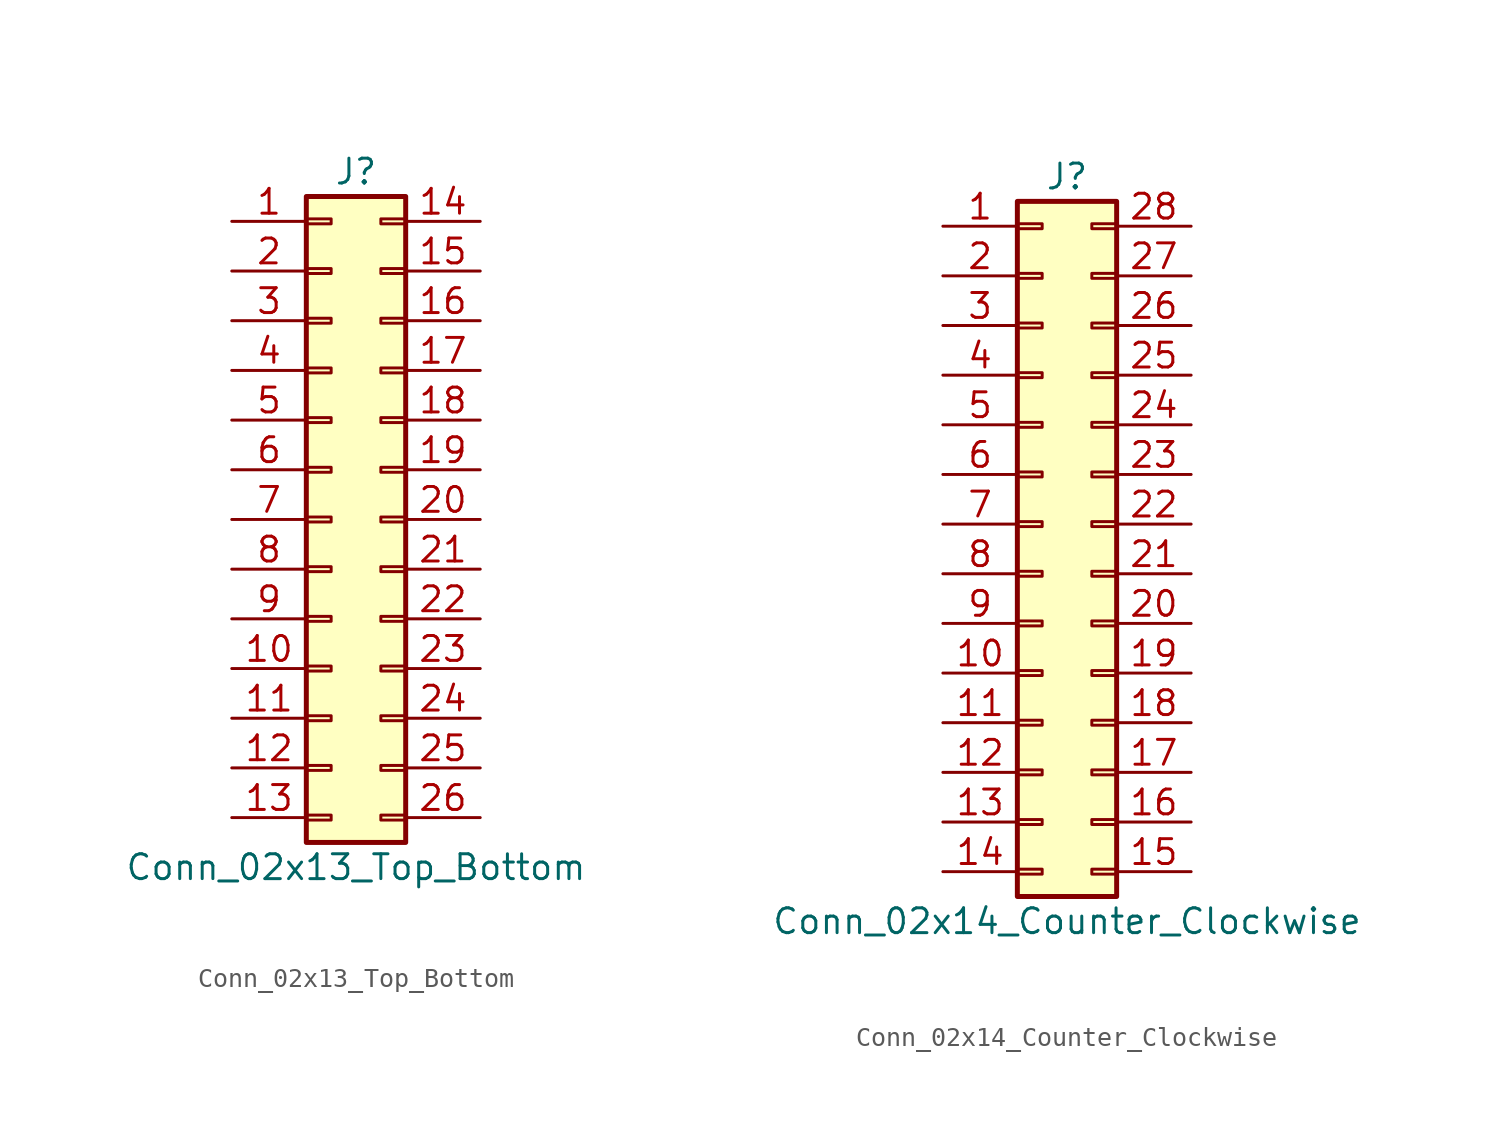
<source format=kicad_sym>
(kicad_symbol_lib
  (version 20201005)
  (generator kicad_symbol_editor)
  (symbol "Conn_02x13_Top_Bottom"
    (pin_names
      (offset 1.016) hide)
    (property "Reference" "J"
      (at 1.27 17.78 0)
      (effects (font (size 1.27 1.27))))
    (property "Value" "Conn_02x13_Top_Bottom"
      (at 1.27 -17.78 0)
      (effects (font (size 1.27 1.27))))
    (symbol "Conn_02x13_Top_Bottom_1_1"
      (rectangle (start -1.27 -15.113) (end 0 -15.367) (stroke (width 0.152)) (fill (type none)))
      (rectangle (start -1.27 -12.573) (end 0 -12.827) (stroke (width 0.152)) (fill (type none)))
      (rectangle (start -1.27 -10.033) (end 0 -10.287) (stroke (width 0.152)) (fill (type none)))
      (rectangle (start -1.27 -7.493) (end 0 -7.747) (stroke (width 0.152)) (fill (type none)))
      (rectangle (start -1.27 -4.953) (end 0 -5.207) (stroke (width 0.152)) (fill (type none)))
      (rectangle (start -1.27 -2.413) (end 0 -2.667) (stroke (width 0.152)) (fill (type none)))
      (rectangle (start -1.27 0.127) (end 0 -0.127) (stroke (width 0.152)) (fill (type none)))
      (rectangle (start -1.27 2.667) (end 0 2.413) (stroke (width 0.152)) (fill (type none)))
      (rectangle (start -1.27 5.207) (end 0 4.953) (stroke (width 0.152)) (fill (type none)))
      (rectangle (start -1.27 7.747) (end 0 7.493) (stroke (width 0.152)) (fill (type none)))
      (rectangle (start -1.27 10.287) (end 0 10.033) (stroke (width 0.152)) (fill (type none)))
      (rectangle (start -1.27 12.827) (end 0 12.573) (stroke (width 0.152)) (fill (type none)))
      (rectangle (start -1.27 15.367) (end 0 15.113) (stroke (width 0.152)) (fill (type none)))
      (rectangle (start -1.27 16.51) (end 3.81 -16.51) (stroke (width 0.254)) (fill (type background)))
      (rectangle (start 3.81 -15.113) (end 2.54 -15.367) (stroke (width 0.152)) (fill (type none)))
      (rectangle (start 3.81 -12.573) (end 2.54 -12.827) (stroke (width 0.152)) (fill (type none)))
      (rectangle (start 3.81 -10.033) (end 2.54 -10.287) (stroke (width 0.152)) (fill (type none)))
      (rectangle (start 3.81 -7.493) (end 2.54 -7.747) (stroke (width 0.152)) (fill (type none)))
      (rectangle (start 3.81 -4.953) (end 2.54 -5.207) (stroke (width 0.152)) (fill (type none)))
      (rectangle (start 3.81 -2.413) (end 2.54 -2.667) (stroke (width 0.152)) (fill (type none)))
      (rectangle (start 3.81 0.127) (end 2.54 -0.127) (stroke (width 0.152)) (fill (type none)))
      (rectangle (start 3.81 2.667) (end 2.54 2.413) (stroke (width 0.152)) (fill (type none)))
      (rectangle (start 3.81 5.207) (end 2.54 4.953) (stroke (width 0.152)) (fill (type none)))
      (rectangle (start 3.81 7.747) (end 2.54 7.493) (stroke (width 0.152)) (fill (type none)))
      (rectangle (start 3.81 10.287) (end 2.54 10.033) (stroke (width 0.152)) (fill (type none)))
      (rectangle (start 3.81 12.827) (end 2.54 12.573) (stroke (width 0.152)) (fill (type none)))
      (rectangle (start 3.81 15.367) (end 2.54 15.113) (stroke (width 0.152)) (fill (type none)))
      (pin passive line (at -5.08 15.24 0) (length 3.81) (name "Pin_1" (effects (font (size 1.27 1.27)))) (number "1" (effects (font (size 1.27 1.27)))))
      (pin passive line (at -5.08 -7.62 0) (length 3.81) (name "Pin_10" (effects (font (size 1.27 1.27)))) (number "10" (effects (font (size 1.27 1.27)))))
      (pin passive line (at -5.08 -10.16 0) (length 3.81) (name "Pin_11" (effects (font (size 1.27 1.27)))) (number "11" (effects (font (size 1.27 1.27)))))
      (pin passive line (at -5.08 -12.7 0) (length 3.81) (name "Pin_12" (effects (font (size 1.27 1.27)))) (number "12" (effects (font (size 1.27 1.27)))))
      (pin passive line (at -5.08 -15.24 0) (length 3.81) (name "Pin_13" (effects (font (size 1.27 1.27)))) (number "13" (effects (font (size 1.27 1.27)))))
      (pin passive line (at 7.62 15.24 180) (length 3.81) (name "Pin_14" (effects (font (size 1.27 1.27)))) (number "14" (effects (font (size 1.27 1.27)))))
      (pin passive line (at 7.62 12.7 180) (length 3.81) (name "Pin_15" (effects (font (size 1.27 1.27)))) (number "15" (effects (font (size 1.27 1.27)))))
      (pin passive line (at 7.62 10.16 180) (length 3.81) (name "Pin_16" (effects (font (size 1.27 1.27)))) (number "16" (effects (font (size 1.27 1.27)))))
      (pin passive line (at 7.62 7.62 180) (length 3.81) (name "Pin_17" (effects (font (size 1.27 1.27)))) (number "17" (effects (font (size 1.27 1.27)))))
      (pin passive line (at 7.62 5.08 180) (length 3.81) (name "Pin_18" (effects (font (size 1.27 1.27)))) (number "18" (effects (font (size 1.27 1.27)))))
      (pin passive line (at 7.62 2.54 180) (length 3.81) (name "Pin_19" (effects (font (size 1.27 1.27)))) (number "19" (effects (font (size 1.27 1.27)))))
      (pin passive line (at -5.08 12.7 0) (length 3.81) (name "Pin_2" (effects (font (size 1.27 1.27)))) (number "2" (effects (font (size 1.27 1.27)))))
      (pin passive line (at 7.62 0 180) (length 3.81) (name "Pin_20" (effects (font (size 1.27 1.27)))) (number "20" (effects (font (size 1.27 1.27)))))
      (pin passive line (at 7.62 -2.54 180) (length 3.81) (name "Pin_21" (effects (font (size 1.27 1.27)))) (number "21" (effects (font (size 1.27 1.27)))))
      (pin passive line (at 7.62 -5.08 180) (length 3.81) (name "Pin_22" (effects (font (size 1.27 1.27)))) (number "22" (effects (font (size 1.27 1.27)))))
      (pin passive line (at 7.62 -7.62 180) (length 3.81) (name "Pin_23" (effects (font (size 1.27 1.27)))) (number "23" (effects (font (size 1.27 1.27)))))
      (pin passive line (at 7.62 -10.16 180) (length 3.81) (name "Pin_24" (effects (font (size 1.27 1.27)))) (number "24" (effects (font (size 1.27 1.27)))))
      (pin passive line (at 7.62 -12.7 180) (length 3.81) (name "Pin_25" (effects (font (size 1.27 1.27)))) (number "25" (effects (font (size 1.27 1.27)))))
      (pin passive line (at 7.62 -15.24 180) (length 3.81) (name "Pin_26" (effects (font (size 1.27 1.27)))) (number "26" (effects (font (size 1.27 1.27)))))
      (pin passive line (at -5.08 10.16 0) (length 3.81) (name "Pin_3" (effects (font (size 1.27 1.27)))) (number "3" (effects (font (size 1.27 1.27)))))
      (pin passive line (at -5.08 7.62 0) (length 3.81) (name "Pin_4" (effects (font (size 1.27 1.27)))) (number "4" (effects (font (size 1.27 1.27)))))
      (pin passive line (at -5.08 5.08 0) (length 3.81) (name "Pin_5" (effects (font (size 1.27 1.27)))) (number "5" (effects (font (size 1.27 1.27)))))
      (pin passive line (at -5.08 2.54 0) (length 3.81) (name "Pin_6" (effects (font (size 1.27 1.27)))) (number "6" (effects (font (size 1.27 1.27)))))
      (pin passive line (at -5.08 0 0) (length 3.81) (name "Pin_7" (effects (font (size 1.27 1.27)))) (number "7" (effects (font (size 1.27 1.27)))))
      (pin passive line (at -5.08 -2.54 0) (length 3.81) (name "Pin_8" (effects (font (size 1.27 1.27)))) (number "8" (effects (font (size 1.27 1.27)))))
      (pin passive line (at -5.08 -5.08 0) (length 3.81) (name "Pin_9" (effects (font (size 1.27 1.27)))) (number "9" (effects (font (size 1.27 1.27)))))))
  (symbol "Conn_02x14_Counter_Clockwise"
    (pin_names
      (offset 1.016) hide)
    (property "Reference" "J"
      (at 1.27 17.78 0)
      (effects (font (size 1.27 1.27))))
    (property "Value" "Conn_02x14_Counter_Clockwise"
      (at 1.27 -20.32 0)
      (effects (font (size 1.27 1.27))))
    (symbol "Conn_02x14_Counter_Clockwise_1_1"
      (rectangle (start -1.27 -17.653) (end 0 -17.907) (stroke (width 0.152)) (fill (type none)))
      (rectangle (start -1.27 -15.113) (end 0 -15.367) (stroke (width 0.152)) (fill (type none)))
      (rectangle (start -1.27 -12.573) (end 0 -12.827) (stroke (width 0.152)) (fill (type none)))
      (rectangle (start -1.27 -10.033) (end 0 -10.287) (stroke (width 0.152)) (fill (type none)))
      (rectangle (start -1.27 -7.493) (end 0 -7.747) (stroke (width 0.152)) (fill (type none)))
      (rectangle (start -1.27 -4.953) (end 0 -5.207) (stroke (width 0.152)) (fill (type none)))
      (rectangle (start -1.27 -2.413) (end 0 -2.667) (stroke (width 0.152)) (fill (type none)))
      (rectangle (start -1.27 0.127) (end 0 -0.127) (stroke (width 0.152)) (fill (type none)))
      (rectangle (start -1.27 2.667) (end 0 2.413) (stroke (width 0.152)) (fill (type none)))
      (rectangle (start -1.27 5.207) (end 0 4.953) (stroke (width 0.152)) (fill (type none)))
      (rectangle (start -1.27 7.747) (end 0 7.493) (stroke (width 0.152)) (fill (type none)))
      (rectangle (start -1.27 10.287) (end 0 10.033) (stroke (width 0.152)) (fill (type none)))
      (rectangle (start -1.27 12.827) (end 0 12.573) (stroke (width 0.152)) (fill (type none)))
      (rectangle (start -1.27 15.367) (end 0 15.113) (stroke (width 0.152)) (fill (type none)))
      (rectangle (start -1.27 16.51) (end 3.81 -19.05) (stroke (width 0.254)) (fill (type background)))
      (rectangle (start 3.81 -17.653) (end 2.54 -17.907) (stroke (width 0.152)) (fill (type none)))
      (rectangle (start 3.81 -15.113) (end 2.54 -15.367) (stroke (width 0.152)) (fill (type none)))
      (rectangle (start 3.81 -12.573) (end 2.54 -12.827) (stroke (width 0.152)) (fill (type none)))
      (rectangle (start 3.81 -10.033) (end 2.54 -10.287) (stroke (width 0.152)) (fill (type none)))
      (rectangle (start 3.81 -7.493) (end 2.54 -7.747) (stroke (width 0.152)) (fill (type none)))
      (rectangle (start 3.81 -4.953) (end 2.54 -5.207) (stroke (width 0.152)) (fill (type none)))
      (rectangle (start 3.81 -2.413) (end 2.54 -2.667) (stroke (width 0.152)) (fill (type none)))
      (rectangle (start 3.81 0.127) (end 2.54 -0.127) (stroke (width 0.152)) (fill (type none)))
      (rectangle (start 3.81 2.667) (end 2.54 2.413) (stroke (width 0.152)) (fill (type none)))
      (rectangle (start 3.81 5.207) (end 2.54 4.953) (stroke (width 0.152)) (fill (type none)))
      (rectangle (start 3.81 7.747) (end 2.54 7.493) (stroke (width 0.152)) (fill (type none)))
      (rectangle (start 3.81 10.287) (end 2.54 10.033) (stroke (width 0.152)) (fill (type none)))
      (rectangle (start 3.81 12.827) (end 2.54 12.573) (stroke (width 0.152)) (fill (type none)))
      (rectangle (start 3.81 15.367) (end 2.54 15.113) (stroke (width 0.152)) (fill (type none)))
      (pin passive line (at -5.08 15.24 0) (length 3.81) (name "Pin_1" (effects (font (size 1.27 1.27)))) (number "1" (effects (font (size 1.27 1.27)))))
      (pin passive line (at -5.08 -7.62 0) (length 3.81) (name "Pin_10" (effects (font (size 1.27 1.27)))) (number "10" (effects (font (size 1.27 1.27)))))
      (pin passive line (at -5.08 -10.16 0) (length 3.81) (name "Pin_11" (effects (font (size 1.27 1.27)))) (number "11" (effects (font (size 1.27 1.27)))))
      (pin passive line (at -5.08 -12.7 0) (length 3.81) (name "Pin_12" (effects (font (size 1.27 1.27)))) (number "12" (effects (font (size 1.27 1.27)))))
      (pin passive line (at -5.08 -15.24 0) (length 3.81) (name "Pin_13" (effects (font (size 1.27 1.27)))) (number "13" (effects (font (size 1.27 1.27)))))
      (pin passive line (at -5.08 -17.78 0) (length 3.81) (name "Pin_14" (effects (font (size 1.27 1.27)))) (number "14" (effects (font (size 1.27 1.27)))))
      (pin passive line (at 7.62 -17.78 180) (length 3.81) (name "Pin_15" (effects (font (size 1.27 1.27)))) (number "15" (effects (font (size 1.27 1.27)))))
      (pin passive line (at 7.62 -15.24 180) (length 3.81) (name "Pin_16" (effects (font (size 1.27 1.27)))) (number "16" (effects (font (size 1.27 1.27)))))
      (pin passive line (at 7.62 -12.7 180) (length 3.81) (name "Pin_17" (effects (font (size 1.27 1.27)))) (number "17" (effects (font (size 1.27 1.27)))))
      (pin passive line (at 7.62 -10.16 180) (length 3.81) (name "Pin_18" (effects (font (size 1.27 1.27)))) (number "18" (effects (font (size 1.27 1.27)))))
      (pin passive line (at 7.62 -7.62 180) (length 3.81) (name "Pin_19" (effects (font (size 1.27 1.27)))) (number "19" (effects (font (size 1.27 1.27)))))
      (pin passive line (at -5.08 12.7 0) (length 3.81) (name "Pin_2" (effects (font (size 1.27 1.27)))) (number "2" (effects (font (size 1.27 1.27)))))
      (pin passive line (at 7.62 -5.08 180) (length 3.81) (name "Pin_20" (effects (font (size 1.27 1.27)))) (number "20" (effects (font (size 1.27 1.27)))))
      (pin passive line (at 7.62 -2.54 180) (length 3.81) (name "Pin_21" (effects (font (size 1.27 1.27)))) (number "21" (effects (font (size 1.27 1.27)))))
      (pin passive line (at 7.62 0 180) (length 3.81) (name "Pin_22" (effects (font (size 1.27 1.27)))) (number "22" (effects (font (size 1.27 1.27)))))
      (pin passive line (at 7.62 2.54 180) (length 3.81) (name "Pin_23" (effects (font (size 1.27 1.27)))) (number "23" (effects (font (size 1.27 1.27)))))
      (pin passive line (at 7.62 5.08 180) (length 3.81) (name "Pin_24" (effects (font (size 1.27 1.27)))) (number "24" (effects (font (size 1.27 1.27)))))
      (pin passive line (at 7.62 7.62 180) (length 3.81) (name "Pin_25" (effects (font (size 1.27 1.27)))) (number "25" (effects (font (size 1.27 1.27)))))
      (pin passive line (at 7.62 10.16 180) (length 3.81) (name "Pin_26" (effects (font (size 1.27 1.27)))) (number "26" (effects (font (size 1.27 1.27)))))
      (pin passive line (at 7.62 12.7 180) (length 3.81) (name "Pin_27" (effects (font (size 1.27 1.27)))) (number "27" (effects (font (size 1.27 1.27)))))
      (pin passive line (at 7.62 15.24 180) (length 3.81) (name "Pin_28" (effects (font (size 1.27 1.27)))) (number "28" (effects (font (size 1.27 1.27)))))
      (pin passive line (at -5.08 10.16 0) (length 3.81) (name "Pin_3" (effects (font (size 1.27 1.27)))) (number "3" (effects (font (size 1.27 1.27)))))
      (pin passive line (at -5.08 7.62 0) (length 3.81) (name "Pin_4" (effects (font (size 1.27 1.27)))) (number "4" (effects (font (size 1.27 1.27)))))
      (pin passive line (at -5.08 5.08 0) (length 3.81) (name "Pin_5" (effects (font (size 1.27 1.27)))) (number "5" (effects (font (size 1.27 1.27)))))
      (pin passive line (at -5.08 2.54 0) (length 3.81) (name "Pin_6" (effects (font (size 1.27 1.27)))) (number "6" (effects (font (size 1.27 1.27)))))
      (pin passive line (at -5.08 0 0) (length 3.81) (name "Pin_7" (effects (font (size 1.27 1.27)))) (number "7" (effects (font (size 1.27 1.27)))))
      (pin passive line (at -5.08 -2.54 0) (length 3.81) (name "Pin_8" (effects (font (size 1.27 1.27)))) (number "8" (effects (font (size 1.27 1.27)))))
      (pin passive line (at -5.08 -5.08 0) (length 3.81) (name "Pin_9" (effects (font (size 1.27 1.27)))) (number "9" (effects (font (size 1.27 1.27))))))))
</source>
